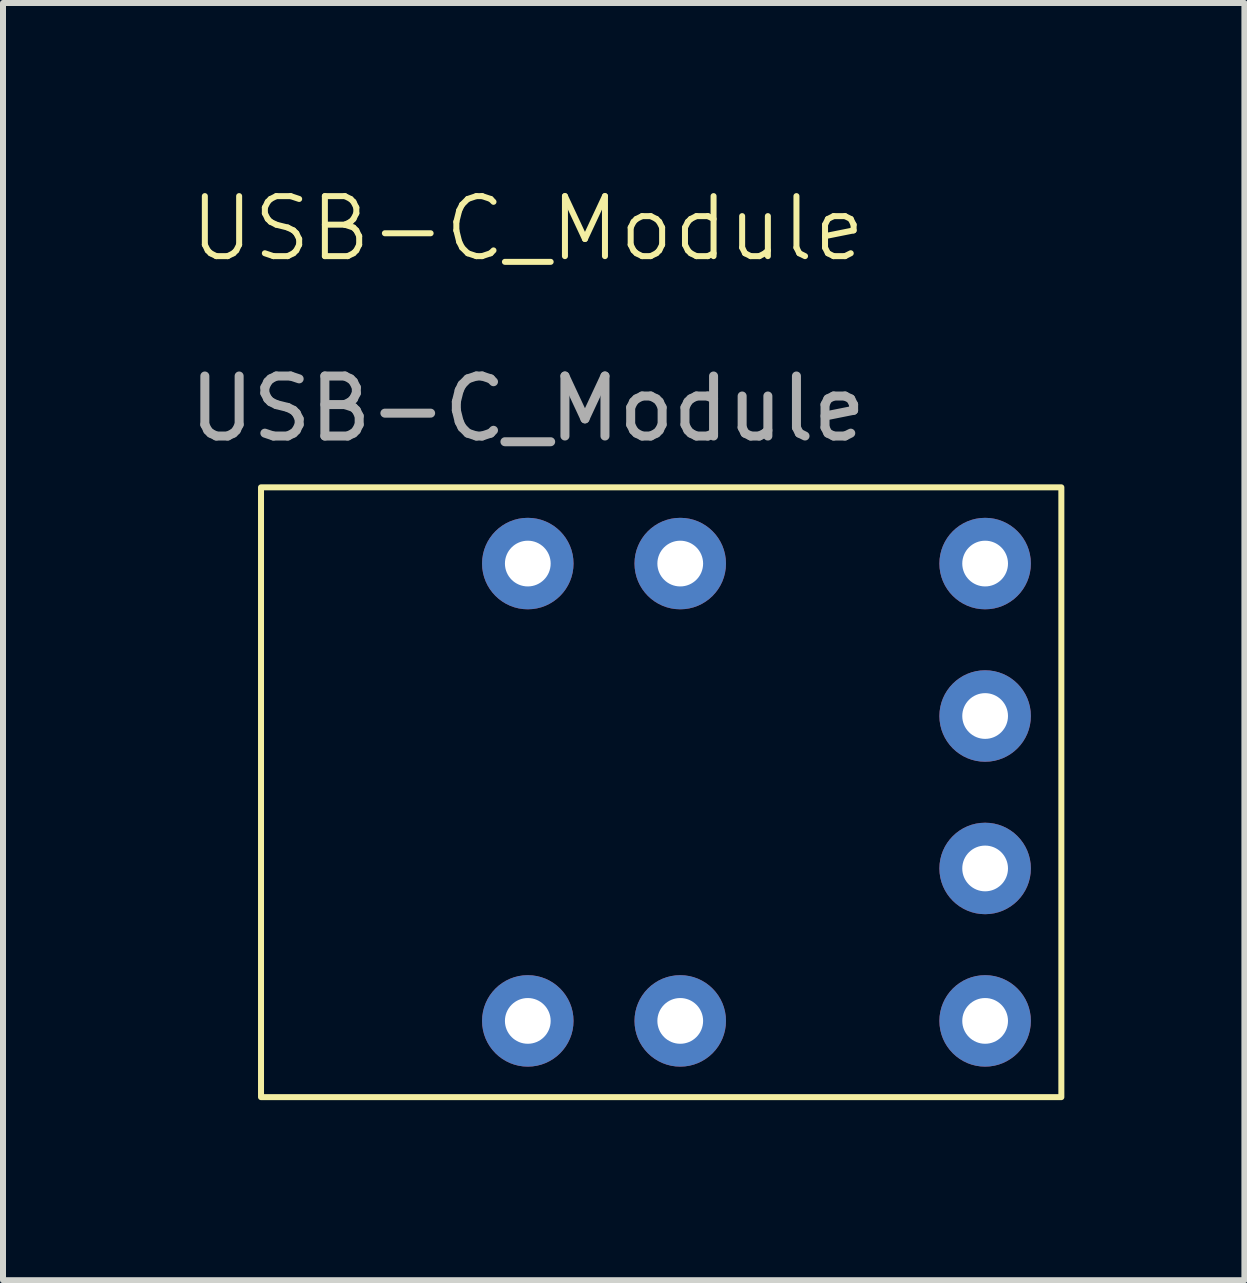
<source format=kicad_pcb>
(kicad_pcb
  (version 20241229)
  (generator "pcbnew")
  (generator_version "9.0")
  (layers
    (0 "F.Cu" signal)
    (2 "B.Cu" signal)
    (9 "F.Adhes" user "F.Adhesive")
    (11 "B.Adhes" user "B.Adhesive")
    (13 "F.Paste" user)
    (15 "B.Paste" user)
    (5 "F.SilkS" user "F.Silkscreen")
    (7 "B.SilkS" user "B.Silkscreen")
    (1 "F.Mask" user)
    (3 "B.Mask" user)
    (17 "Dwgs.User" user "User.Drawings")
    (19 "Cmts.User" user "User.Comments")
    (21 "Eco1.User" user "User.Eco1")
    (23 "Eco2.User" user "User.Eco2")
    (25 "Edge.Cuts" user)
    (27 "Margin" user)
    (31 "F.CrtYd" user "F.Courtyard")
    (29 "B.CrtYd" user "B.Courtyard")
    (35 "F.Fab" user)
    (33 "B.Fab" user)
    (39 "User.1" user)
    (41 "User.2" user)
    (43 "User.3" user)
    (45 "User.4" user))
  (footprint "USB-C_Module"
    (layer "F.Cu")
    (at 5.744 1.26)
    (property "Reference" "USB-C_Module" (at 0 -0.5 0) (unlocked yes) (layer "F.SilkS") (effects (font (size 1 1) (thickness 0.1))))
    (attr through_hole)
    (fp_rect (start 8.89 13.97) (end -4.445 3.81) (stroke (width 0.1) (type default)) (fill no) (layer "F.SilkS"))
    (fp_text user "${REFERENCE}" (at 0 2.5 0) (unlocked yes) (layer "F.Fab") (effects (font (size 1 1) (thickness 0.15))))
    (pad "1" thru_hole circle (at 7.62 5.08) (size 1.524 1.524) (drill 0.762) (layers "*.Cu" "*.Mask"))
    (pad "2" thru_hole circle (at 7.62 7.62) (size 1.524 1.524) (drill 0.762) (layers "*.Cu" "*.Mask"))
    (pad "3" thru_hole circle (at 7.62 10.16) (size 1.524 1.524) (drill 0.762) (layers "*.Cu" "*.Mask"))
    (pad "4" thru_hole circle (at 7.62 12.7) (size 1.524 1.524) (drill 0.762) (layers "*.Cu" "*.Mask"))
    (pad "5" thru_hole circle (at 2.54 12.7) (size 1.524 1.524) (drill 0.762) (layers "*.Cu" "*.Mask"))
    (pad "6" thru_hole circle (at 0 12.7) (size 1.524 1.524) (drill 0.762) (layers "*.Cu" "*.Mask"))
    (pad "7" thru_hole circle (at 2.54 5.08) (size 1.524 1.524) (drill 0.762) (layers "*.Cu" "*.Mask"))
    (pad "8" thru_hole circle (at 0 5.08) (size 1.524 1.524) (drill 0.762) (layers "*.Cu" "*.Mask")))
  (gr_rect
    (start -3 -3)
    (end 17.684 18.28)
    (stroke (width 0.1) (type default))
    (fill no)
    (layer "Edge.Cuts")))
</source>
